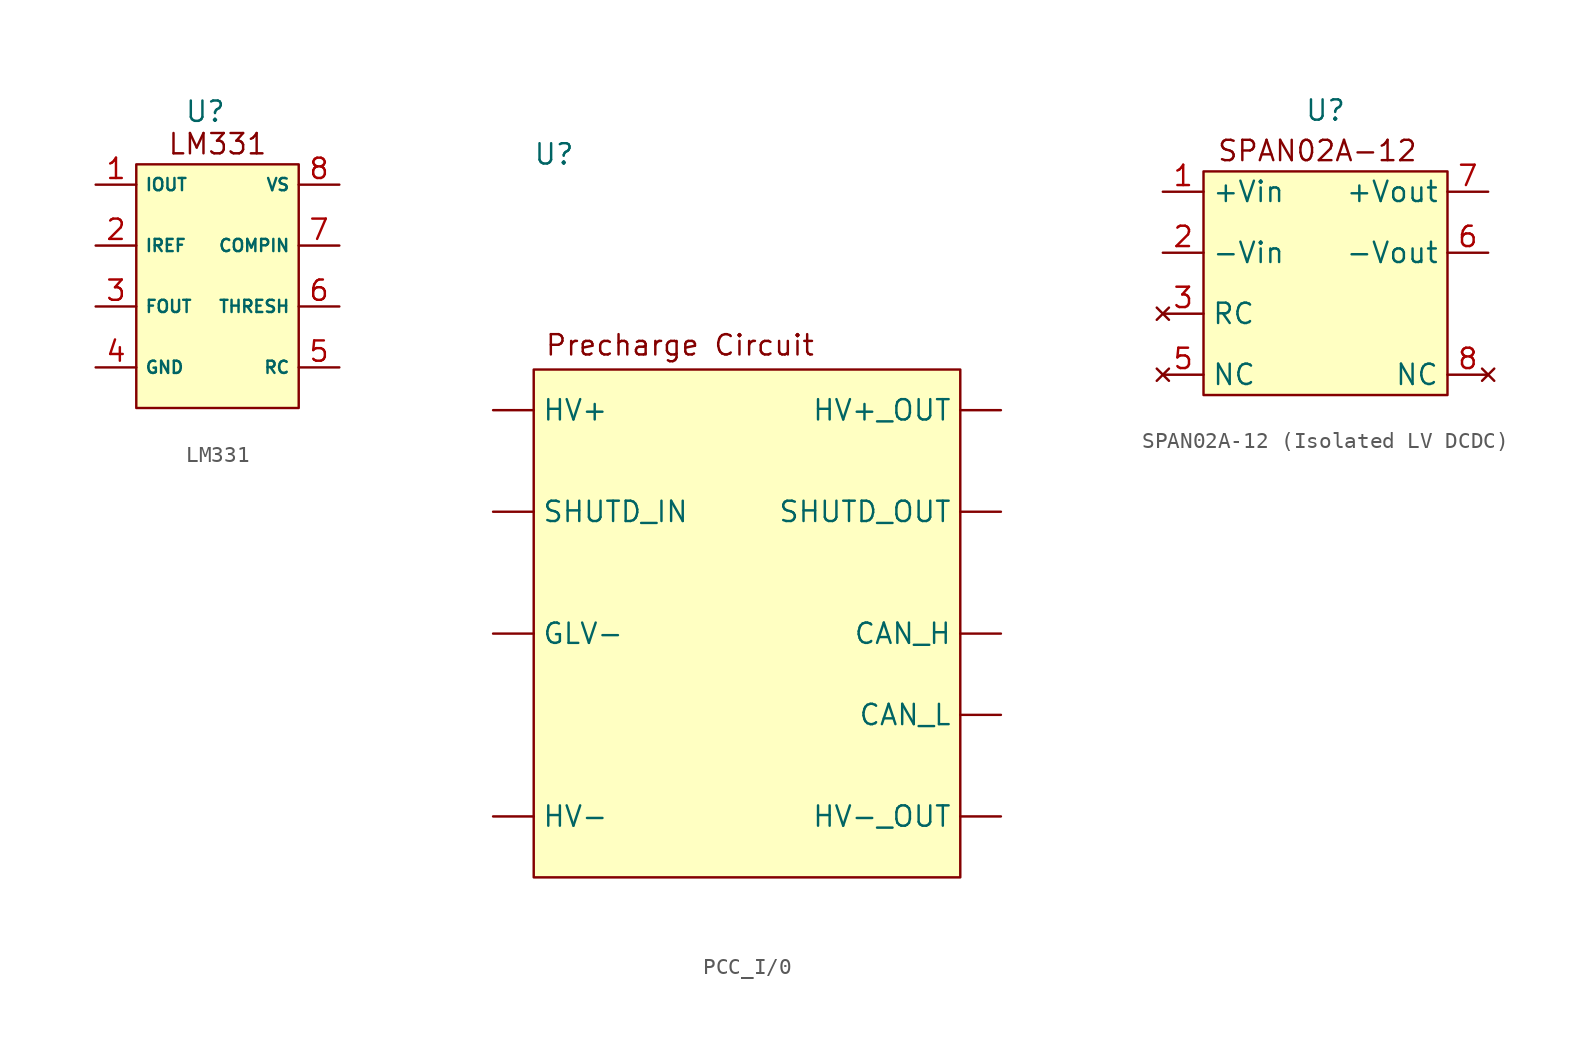
<source format=kicad_sym>
(kicad_symbol_lib
  (version 20231120)
  (generator "kicad_symbol_editor")
  (generator_version "8.0")
  (symbol "LM331"
    (property "Reference" "U"
      (at -0.762 10.922 0)
      (effects (font (size 1.27 1.27))))
    (property "Value" ""
      (at 0 0 0)
      (effects (font (size 1.27 1.27))))
    (symbol "LM331_0_1"
      (rectangle (start -5.08 7.62) (end 5.08 -7.62) (stroke (width 0) (type default)) (fill (type color) (color 255 255 194 1))))
    (symbol "LM331_1_1"
      (text "LM331\n" (at 0 8.89 0) (effects (font (size 1.27 1.27))))
      (pin input line (at -7.62 6.35 0) (length 2.54) (name "IOUT" (effects (font (size 0.762 0.762)))) (number "1" (effects (font (size 1.27 1.27)))))
      (pin input line (at -7.62 2.54 0) (length 2.54) (name "IREF" (effects (font (size 0.762 0.762)))) (number "2" (effects (font (size 1.27 1.27)))))
      (pin input line (at -7.62 -1.27 0) (length 2.54) (name "FOUT" (effects (font (size 0.762 0.762)))) (number "3" (effects (font (size 1.27 1.27)))))
      (pin input line (at -7.62 -5.08 0) (length 2.54) (name "GND" (effects (font (size 0.762 0.762)))) (number "4" (effects (font (size 1.27 1.27)))))
      (pin input line (at 7.62 -5.08 180) (length 2.54) (name "RC" (effects (font (size 0.762 0.762)))) (number "5" (effects (font (size 1.27 1.27)))))
      (pin input line (at 7.62 -1.27 180) (length 2.54) (name "THRESH" (effects (font (size 0.762 0.762)))) (number "6" (effects (font (size 1.27 1.27)))))
      (pin input line (at 7.62 2.54 180) (length 2.54) (name "COMPIN" (effects (font (size 0.762 0.762)))) (number "7" (effects (font (size 1.27 1.27)))))
      (pin input line (at 7.62 6.35 180) (length 2.54) (name "VS" (effects (font (size 0.762 0.762)))) (number "8" (effects (font (size 1.27 1.27)))))))
  (symbol "PCC_I/0"
    (property "Reference" "U"
      (at -13.97 24.892 0)
      (effects (font (size 1.27 1.27))))
    (property "Value" ""
      (at -5.08 2.54 0)
      (effects (font (size 1.27 1.27))))
    (symbol "PCC_I/0_0_1"
      (rectangle (start -15.24 11.43) (end 11.43 -20.32) (stroke (width 0) (type default)) (fill (type color) (color 255 255 194 1))))
    (symbol "PCC_I/0_1_1"
      (text "Precharge Circuit\n" (at -6.096 12.954 0) (effects (font (size 1.27 1.27))))
      (pin output line (at 13.97 -5.08 180) (length 2.54) (name "CAN_H" (effects (font (size 1.27 1.27)))) (number "" (effects (font (size 1.27 1.27)))))
      (pin output line (at 13.97 -10.16 180) (length 2.54) (name "CAN_L" (effects (font (size 1.27 1.27)))) (number "" (effects (font (size 1.27 1.27)))))
      (pin input line (at -17.78 -5.08 0) (length 2.54) (name "GLV-" (effects (font (size 1.27 1.27)))) (number "" (effects (font (size 1.27 1.27)))))
      (pin input line (at -17.78 8.89 0) (length 2.54) (name "HV+" (effects (font (size 1.27 1.27)))) (number "" (effects (font (size 1.27 1.27)))))
      (pin output line (at 13.97 8.89 180) (length 2.54) (name "HV+_OUT" (effects (font (size 1.27 1.27)))) (number "" (effects (font (size 1.27 1.27)))))
      (pin input line (at -17.78 -16.51 0) (length 2.54) (name "HV-" (effects (font (size 1.27 1.27)))) (number "" (effects (font (size 1.27 1.27)))))
      (pin output line (at 13.97 -16.51 180) (length 2.54) (name "HV-_OUT" (effects (font (size 1.27 1.27)))) (number "" (effects (font (size 1.27 1.27)))))
      (pin input line (at -17.78 2.54 0) (length 2.54) (name "SHUTD_IN" (effects (font (size 1.27 1.27)))) (number "" (effects (font (size 1.27 1.27)))))
      (pin output line (at 13.97 2.54 180) (length 2.54) (name "SHUTD_OUT" (effects (font (size 1.27 1.27)))) (number "" (effects (font (size 1.27 1.27)))))))
  (symbol "SPAN02A-12 (Isolated LV DCDC)"
    (property "Reference" "U"
      (at 0 0 0)
      (effects (font (size 1.27 1.27))))
    (property "Value" ""
      (at 0 0 0)
      (effects (font (size 1.27 1.27))))
    (symbol "SPAN02A-12 (Isolated LV DCDC)_0_1"
      (rectangle (start -7.62 -3.81) (end 7.62 -17.78) (stroke (width 0) (type default)) (fill (type color) (color 255 255 194 1))))
    (symbol "SPAN02A-12 (Isolated LV DCDC)_1_1"
      (text "SPAN02A-12\n\n\n" (at -0.508 -4.572 0) (effects (font (size 1.27 1.27))))
      (pin input line (at -10.16 -5.08 0) (length 2.54) (name "+Vin" (effects (font (size 1.27 1.27)))) (number "1" (effects (font (size 1.27 1.27)))))
      (pin input line (at -10.16 -8.89 0) (length 2.54) (name "-Vin" (effects (font (size 1.27 1.27)))) (number "2" (effects (font (size 1.27 1.27)))))
      (pin no_connect line (at -10.16 -12.7 0) (length 2.54) (name "RC" (effects (font (size 1.27 1.27)))) (number "3" (effects (font (size 1.27 1.27)))))
      (pin no_connect line (at -10.16 -16.51 0) (length 2.54) (name "NC" (effects (font (size 1.27 1.27)))) (number "5" (effects (font (size 1.27 1.27)))))
      (pin output line (at 10.16 -8.89 180) (length 2.54) (name "-Vout" (effects (font (size 1.27 1.27)))) (number "6" (effects (font (size 1.27 1.27)))))
      (pin output line (at 10.16 -5.08 180) (length 2.54) (name "+Vout" (effects (font (size 1.27 1.27)))) (number "7" (effects (font (size 1.27 1.27)))))
      (pin no_connect line (at 10.16 -16.51 180) (length 2.54) (name "NC" (effects (font (size 1.27 1.27)))) (number "8" (effects (font (size 1.27 1.27))))))))
</source>
